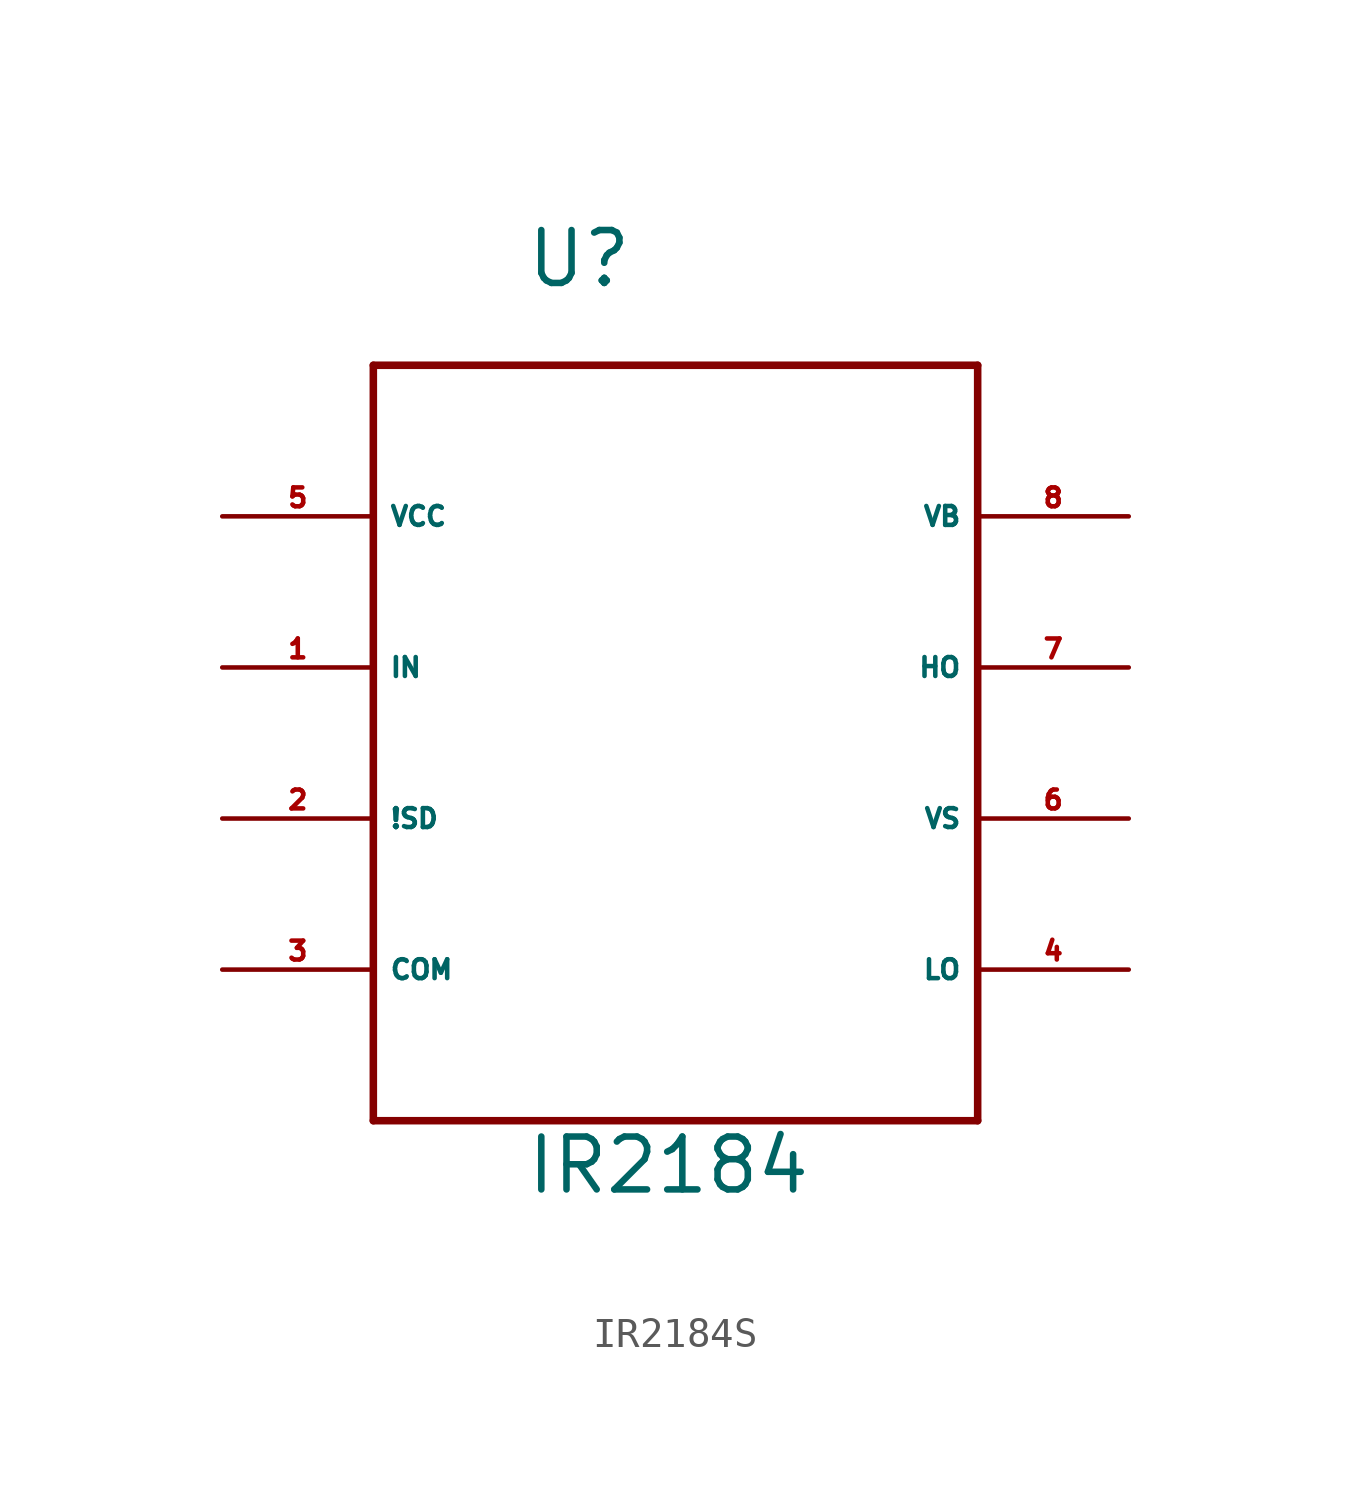
<source format=kicad_sym>
(kicad_symbol_lib
  (version 20220914)
  (generator Eagle2Kicad)
  (symbol "IR2184S"
    (property "Reference" "U"
      (at -5.08 15.24 0)
      (effects (font (size 1.778 1.778) (thickness 0.22)) (justify left bottom)))
    (property "Value" "IR2184"
      (at -5.08 -15.24 0)
      (effects (font (size 1.778 1.778) (thickness 0.22)) (justify left bottom)))
    (polyline
      (pts (xy -10.16 12.7) (xy -10.16 -12.7))
      (stroke (width 0.254) (type default))
      (fill (type none)))
    (polyline
      (pts (xy -10.16 -12.7) (xy 10.16 -12.7))
      (stroke (width 0.254) (type default))
      (fill (type none)))
    (polyline
      (pts (xy 10.16 -12.7) (xy 10.16 12.7))
      (stroke (width 0.254) (type default))
      (fill (type none)))
    (polyline
      (pts (xy 10.16 12.7) (xy -10.16 12.7))
      (stroke (width 0.254) (type default))
      (fill (type none)))
    (pin bidirectional line
      (at -15.24 7.62 0)
      (length 5.08)
      (name "VCC" (effects (font (size 0.635 0.635) (thickness 0.08)) (justify left bottom)))
      (number "5" (effects (font (size 0.635 0.635) (thickness 0.08)) (justify left bottom))))
    (pin bidirectional line
      (at -15.24 2.54 0)
      (length 5.08)
      (name "IN" (effects (font (size 0.635 0.635) (thickness 0.08)) (justify left bottom)))
      (number "1" (effects (font (size 0.635 0.635) (thickness 0.08)) (justify left bottom))))
    (pin bidirectional line
      (at -15.24 -2.54 0)
      (length 5.08)
      (name "!SD" (effects (font (size 0.635 0.635) (thickness 0.08)) (justify left bottom)))
      (number "2" (effects (font (size 0.635 0.635) (thickness 0.08)) (justify left bottom))))
    (pin bidirectional line
      (at -15.24 -7.62 0)
      (length 5.08)
      (name "COM" (effects (font (size 0.635 0.635) (thickness 0.08)) (justify left bottom)))
      (number "3" (effects (font (size 0.635 0.635) (thickness 0.08)) (justify left bottom))))
    (pin bidirectional line
      (at 15.24 -7.62 180)
      (length 5.08)
      (name "LO" (effects (font (size 0.635 0.635) (thickness 0.08)) (justify left bottom)))
      (number "4" (effects (font (size 0.635 0.635) (thickness 0.08)) (justify left bottom))))
    (pin bidirectional line
      (at 15.24 -2.54 180)
      (length 5.08)
      (name "VS" (effects (font (size 0.635 0.635) (thickness 0.08)) (justify left bottom)))
      (number "6" (effects (font (size 0.635 0.635) (thickness 0.08)) (justify left bottom))))
    (pin bidirectional line
      (at 15.24 2.54 180)
      (length 5.08)
      (name "HO" (effects (font (size 0.635 0.635) (thickness 0.08)) (justify left bottom)))
      (number "7" (effects (font (size 0.635 0.635) (thickness 0.08)) (justify left bottom))))
    (pin bidirectional line
      (at 15.24 7.62 180)
      (length 5.08)
      (name "VB" (effects (font (size 0.635 0.635) (thickness 0.08)) (justify left bottom)))
      (number "8" (effects (font (size 0.635 0.635) (thickness 0.08)) (justify left bottom))))))
</source>
